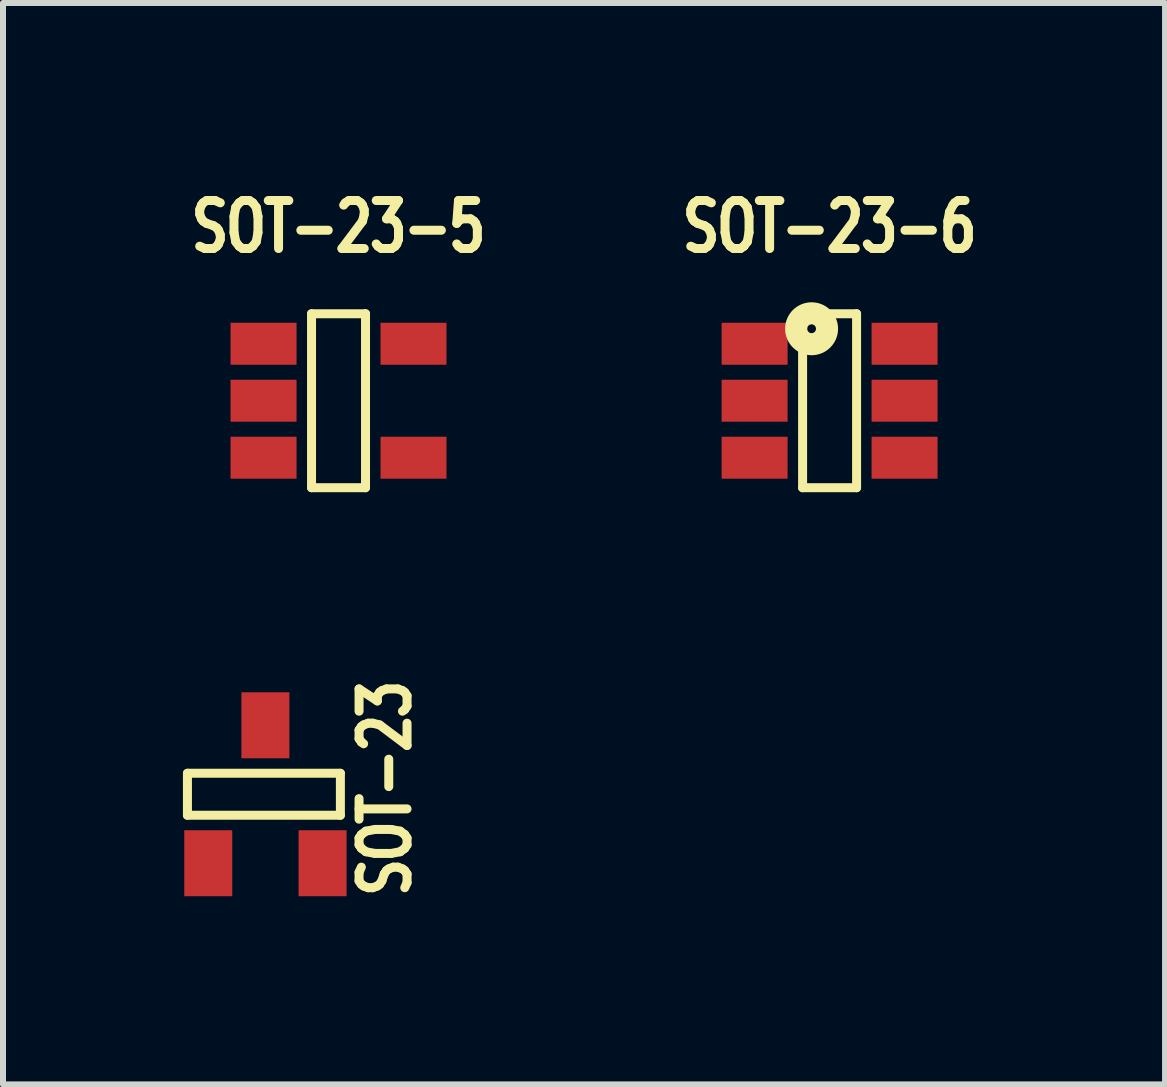
<source format=kicad_pcb>
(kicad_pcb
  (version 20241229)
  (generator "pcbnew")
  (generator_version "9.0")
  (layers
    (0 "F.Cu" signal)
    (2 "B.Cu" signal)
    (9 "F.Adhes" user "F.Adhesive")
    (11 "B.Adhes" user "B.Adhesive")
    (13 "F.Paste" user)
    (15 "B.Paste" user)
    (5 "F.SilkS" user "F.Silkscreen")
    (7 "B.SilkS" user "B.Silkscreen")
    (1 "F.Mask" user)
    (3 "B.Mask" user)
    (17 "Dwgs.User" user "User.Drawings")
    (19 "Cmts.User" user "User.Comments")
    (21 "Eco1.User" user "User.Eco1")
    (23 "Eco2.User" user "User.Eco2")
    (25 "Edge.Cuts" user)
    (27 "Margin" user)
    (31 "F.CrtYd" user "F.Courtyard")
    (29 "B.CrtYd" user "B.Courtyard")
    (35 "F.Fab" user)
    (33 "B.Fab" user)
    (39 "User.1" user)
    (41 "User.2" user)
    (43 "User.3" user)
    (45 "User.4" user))
  (footprint "SOT-23-5"
    (layer "F.Cu")
    (at 2.594 3.631)
    (property "Reference" "SOT-23-5" (at 0 -2.9 0) (layer "F.SilkS") (effects (font (size 0.8 0.6) (thickness 0.15))))
    (attr smd)
    (fp_line (start -0.45 -1.45) (end -0.45 1.45) (stroke (width 0.15) (type solid)) (layer "F.SilkS"))
    (fp_line (start -0.45 -1.45) (end 0.45 -1.45) (stroke (width 0.15) (type solid)) (layer "F.SilkS"))
    (fp_line (start -0.45 1.45) (end 0.45 1.45) (stroke (width 0.15) (type solid)) (layer "F.SilkS"))
    (fp_line (start 0.45 1.45) (end 0.45 -1.45) (stroke (width 0.15) (type solid)) (layer "F.SilkS"))
    (pad "1" smd rect (at -1.25 -0.95) (size 1.1 0.7) (layers "F.Cu" "F.Mask" "F.Paste"))
    (pad "2" smd rect (at -1.25 0) (size 1.1 0.7) (layers "F.Cu" "F.Mask" "F.Paste"))
    (pad "3" smd rect (at -1.25 0.95) (size 1.1 0.7) (layers "F.Cu" "F.Mask" "F.Paste"))
    (pad "4" smd rect (at 1.25 0.95) (size 1.1 0.7) (layers "F.Cu" "F.Mask" "F.Paste"))
    (pad "5" smd rect (at 1.25 -0.95) (size 1.1 0.7) (layers "F.Cu" "F.Mask" "F.Paste")))
  (footprint "SOT-23-6"
    (layer "F.Cu")
    (at 10.781 3.631)
    (property "Reference" "SOT-23-6" (at 0 -2.9 0) (layer "F.SilkS") (effects (font (size 0.8 0.6) (thickness 0.15))))
    (attr smd)
    (fp_line (start -0.45 -1.45) (end -0.45 1.45) (stroke (width 0.15) (type solid)) (layer "F.SilkS"))
    (fp_line (start -0.45 -1.45) (end 0.45 -1.45) (stroke (width 0.15) (type solid)) (layer "F.SilkS"))
    (fp_line (start -0.45 1.45) (end 0.45 1.45) (stroke (width 0.15) (type solid)) (layer "F.SilkS"))
    (fp_line (start 0.45 1.45) (end 0.45 -1.45) (stroke (width 0.15) (type solid)) (layer "F.SilkS"))
    (fp_circle (center -0.3 -1.2) (end -0.4 -1.4) (stroke (width 0.3) (type solid)) (fill no) (layer "F.SilkS"))
    (fp_circle (center -0.3 -1.2) (end -0.4 -1.3) (stroke (width 0.3) (type solid)) (fill no) (layer "F.SilkS"))
    (pad "1" smd rect (at -1.25 -0.95) (size 1.1 0.7) (layers "F.Cu" "F.Mask" "F.Paste"))
    (pad "2" smd rect (at -1.25 0) (size 1.1 0.7) (layers "F.Cu" "F.Mask" "F.Paste"))
    (pad "3" smd rect (at -1.25 0.95) (size 1.1 0.7) (layers "F.Cu" "F.Mask" "F.Paste"))
    (pad "4" smd rect (at 1.25 0.95) (size 1.1 0.7) (layers "F.Cu" "F.Mask" "F.Paste"))
    (pad "5" smd rect (at 1.25 0) (size 1.1 0.7) (layers "F.Cu" "F.Mask" "F.Paste"))
    (pad "6" smd rect (at 1.25 -0.95) (size 1.1 0.7) (layers "F.Cu" "F.Mask" "F.Paste")))
  (footprint "SOT-23"
    (placed yes)
    (layer "F.Cu")
    (at 1.375 10.192)
    (property "Reference" "SOT-23" (at 1.999 -0.099 90) (layer "F.SilkS") (effects (font (size 0.8 0.6) (thickness 0.15))))
    (attr through_hole)
    (fp_line (start -1.3 -0.35) (end -1.3 0.35) (stroke (width 0.15) (type solid)) (layer "F.SilkS"))
    (fp_line (start -1.3 -0.35) (end 1.25 -0.35) (stroke (width 0.15) (type solid)) (layer "F.SilkS"))
    (fp_line (start -1.3 0.35) (end 1.25 0.35) (stroke (width 0.15) (type solid)) (layer "F.SilkS"))
    (fp_line (start 1.25 -0.35) (end 1.25 0.35) (stroke (width 0.15) (type solid)) (layer "F.SilkS"))
    (pad "1" smd rect (at -0.953 1.15) (size 0.8 1.1) (layers "F.Cu" "F.Mask" "F.Paste"))
    (pad "2" smd rect (at 0.953 1.15) (size 0.8 1.1) (layers "F.Cu" "F.Mask" "F.Paste"))
    (pad "3" smd rect (at 0 -1.15) (size 0.8 1.1) (layers "F.Cu" "F.Mask" "F.Paste")))
  (gr_rect
    (start -3 -3)
    (end 16.374 15.029)
    (stroke (width 0.1) (type default))
    (fill no)
    (layer "Edge.Cuts")))
</source>
